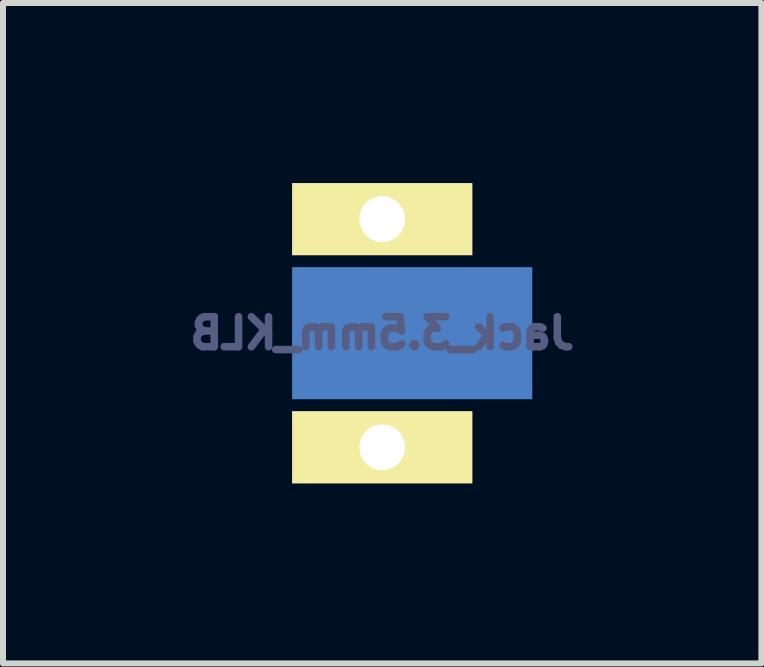
<source format=kicad_pcb>
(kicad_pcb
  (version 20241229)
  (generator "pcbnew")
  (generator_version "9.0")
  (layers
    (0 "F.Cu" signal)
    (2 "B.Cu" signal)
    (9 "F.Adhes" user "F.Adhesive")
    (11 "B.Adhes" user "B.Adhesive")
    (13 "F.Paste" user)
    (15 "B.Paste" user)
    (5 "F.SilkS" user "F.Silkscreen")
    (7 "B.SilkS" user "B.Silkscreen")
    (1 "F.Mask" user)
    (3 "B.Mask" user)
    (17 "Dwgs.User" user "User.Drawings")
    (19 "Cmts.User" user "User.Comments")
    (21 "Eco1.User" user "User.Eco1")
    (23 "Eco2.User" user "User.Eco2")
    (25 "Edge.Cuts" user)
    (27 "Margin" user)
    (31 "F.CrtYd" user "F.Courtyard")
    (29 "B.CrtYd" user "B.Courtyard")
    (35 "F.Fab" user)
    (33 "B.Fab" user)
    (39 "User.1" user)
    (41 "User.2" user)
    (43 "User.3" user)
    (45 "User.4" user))
  (footprint "Jack_3.5mm_KLB"
    (layer "F.Cu")
    (at 3.316 2.5)
    (property "Reference" "Jack_3.5mm_KLB" (at 0 0 0) (layer "B.Fab") (effects (font (size 0.5 0.5) (thickness 0.125)) (justify mirror)))
    (attr through_hole)
    (pad "R" thru_hole rect (at 0 -1.9) (size 3 1.2) (drill 0.762) (layers "*.Cu" "*.Mask" "F.SilkS"))
    (pad "S" smd rect (at 0.5 0) (size 4 2.2) (layers "B.Cu" "B.Mask" "B.Paste"))
    (pad "T" thru_hole rect (at 0 1.9) (size 3 1.2) (drill 0.762) (layers "*.Cu" "*.Mask" "F.SilkS")))
  (gr_rect
    (start -3 -3)
    (end 9.632 8)
    (stroke (width 0.1) (type default))
    (fill no)
    (layer "Edge.Cuts")))
</source>
